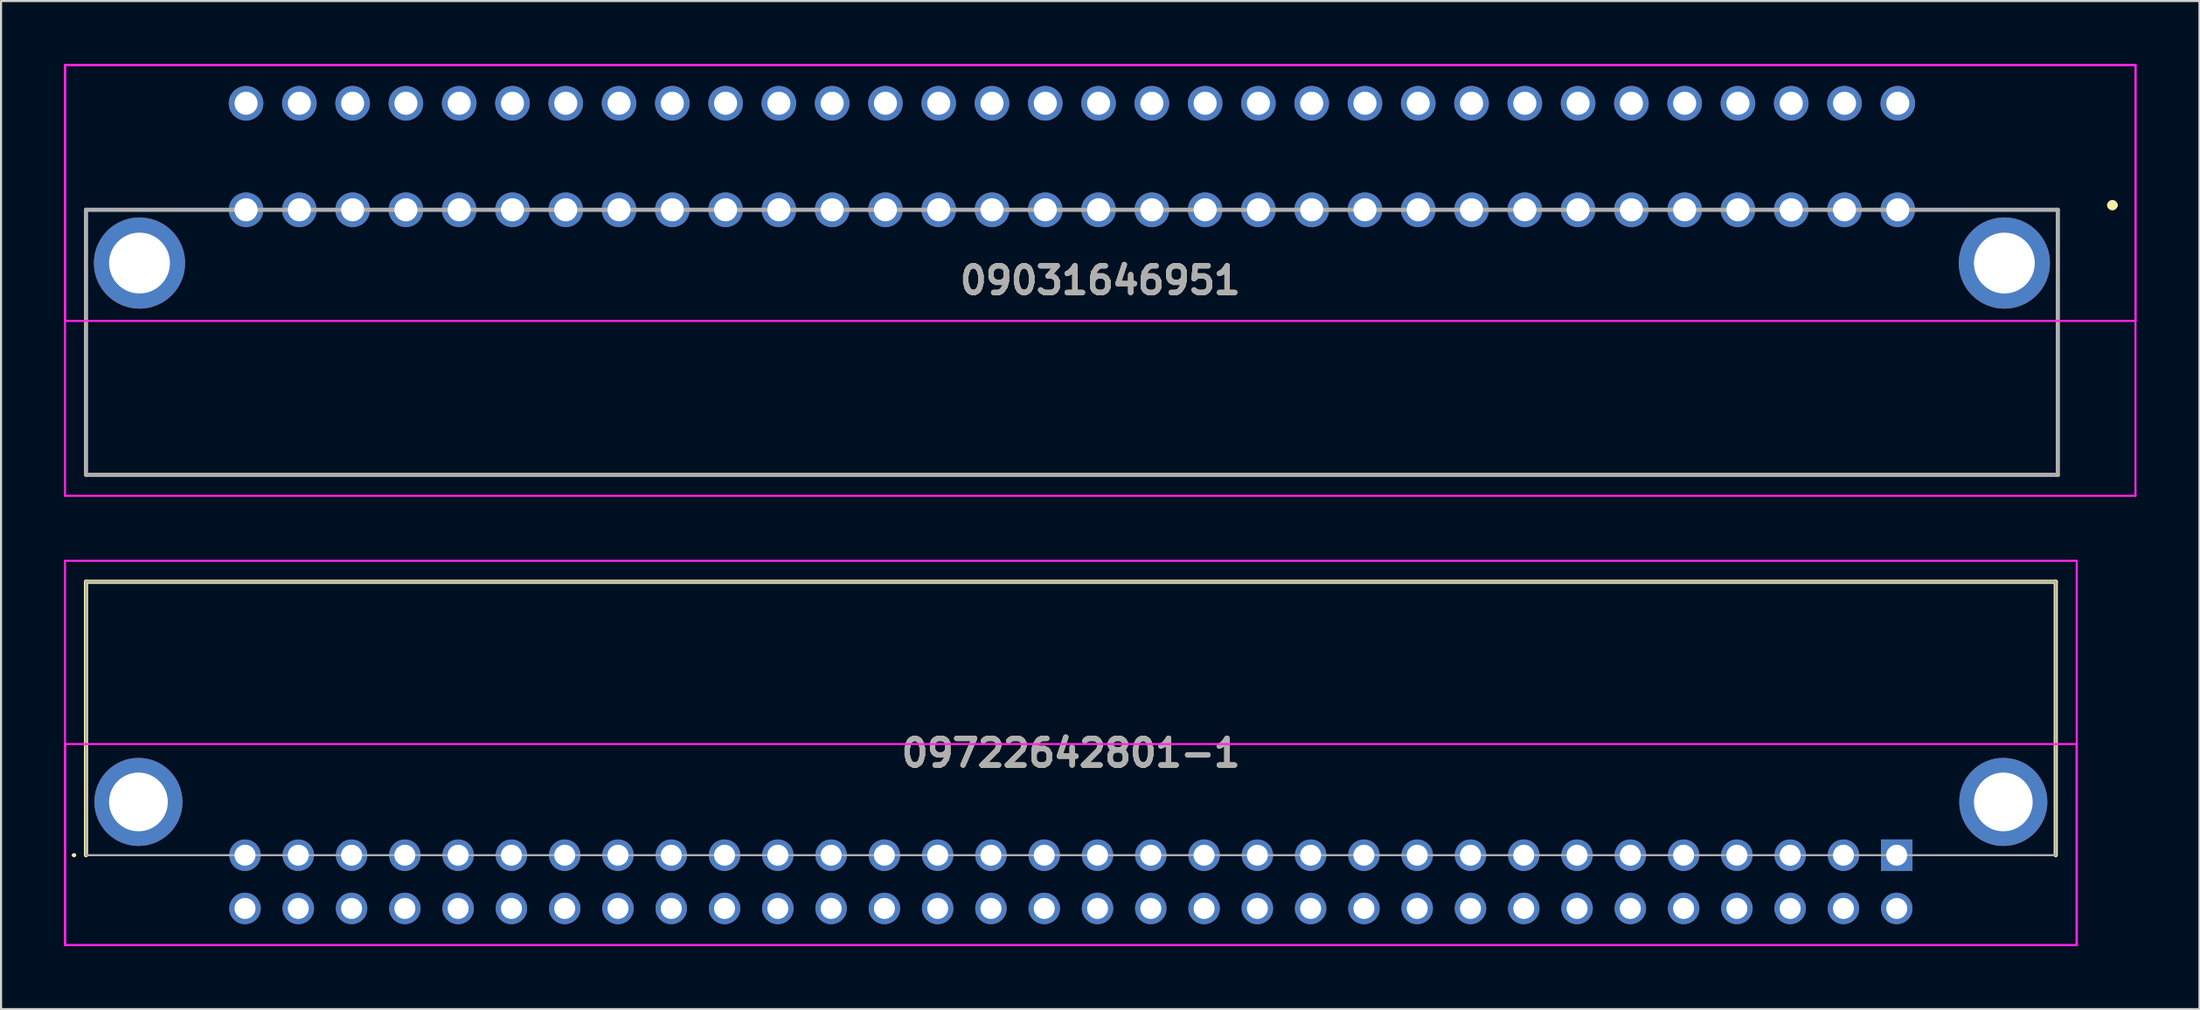
<source format=kicad_pcb>
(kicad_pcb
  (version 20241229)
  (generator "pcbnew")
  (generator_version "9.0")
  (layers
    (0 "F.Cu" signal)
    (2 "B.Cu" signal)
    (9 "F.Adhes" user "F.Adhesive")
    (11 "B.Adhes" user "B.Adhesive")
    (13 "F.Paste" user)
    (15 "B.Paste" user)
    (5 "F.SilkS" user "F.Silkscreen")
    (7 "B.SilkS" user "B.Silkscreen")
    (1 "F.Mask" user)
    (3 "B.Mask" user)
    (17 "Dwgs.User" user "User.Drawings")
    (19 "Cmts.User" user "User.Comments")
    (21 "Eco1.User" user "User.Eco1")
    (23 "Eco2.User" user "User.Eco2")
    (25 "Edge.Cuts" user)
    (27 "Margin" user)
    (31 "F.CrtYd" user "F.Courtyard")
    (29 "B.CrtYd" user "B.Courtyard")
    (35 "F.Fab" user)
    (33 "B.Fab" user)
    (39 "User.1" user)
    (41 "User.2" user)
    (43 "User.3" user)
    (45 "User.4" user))
  (footprint "09722642801-1"
    (layer "F.Cu")
    (at 8.63 37.735)
    (property "Reference" "09722642801-1" (at 39.37 -4.875 0) (layer "F.SilkS") (effects (font (size 1.27 1.27) (thickness 0.254))))
    (attr through_hole)
    (fp_line (start -8.2 0) (end -8.2 0) (stroke (width 0.1) (type solid)) (layer "F.SilkS"))
    (fp_line (start -8.1 0) (end -8.1 0) (stroke (width 0.1) (type solid)) (layer "F.SilkS"))
    (fp_line (start -7.58 -13.04) (end 86.32 -13.04) (stroke (width 0.2) (type solid)) (layer "F.SilkS"))
    (fp_line (start -7.58 0) (end -7.58 -13.04) (stroke (width 0.2) (type solid)) (layer "F.SilkS"))
    (fp_line (start 86.32 -13.04) (end 86.32 0) (stroke (width 0.2) (type solid)) (layer "F.SilkS"))
    (fp_arc (start -8.2 0) (mid -8.15 -0.05) (end -8.1 0) (stroke (width 0.1) (type solid)) (layer "F.SilkS"))
    (fp_arc (start -8.1 0) (mid -8.15 0.05) (end -8.2 0) (stroke (width 0.1) (type solid)) (layer "F.SilkS"))
    (fp_line (start -8.58 -14.04) (end 87.32 -14.04) (stroke (width 0.1) (type solid)) (layer "F.CrtYd"))
    (fp_line (start -8.58 -5.3) (end 87.32 -5.3) (stroke (width 0.1) (type solid)) (layer "F.CrtYd"))
    (fp_line (start -8.58 4.29) (end -8.58 -14.04) (stroke (width 0.1) (type solid)) (layer "F.CrtYd"))
    (fp_line (start -8.58 4.29) (end -8.58 -5.3) (stroke (width 0.1) (type solid)) (layer "F.CrtYd"))
    (fp_line (start 87.32 -14.04) (end 87.32 4.29) (stroke (width 0.1) (type solid)) (layer "F.CrtYd"))
    (fp_line (start 87.32 -5.3) (end 87.32 4.29) (stroke (width 0.1) (type solid)) (layer "F.CrtYd"))
    (fp_line (start 87.32 4.29) (end -8.58 4.29) (stroke (width 0.1) (type solid)) (layer "F.CrtYd"))
    (fp_line (start 87.32 4.29) (end -8.58 4.29) (stroke (width 0.1) (type solid)) (layer "F.CrtYd"))
    (fp_line (start -7.58 -13.04) (end 86.32 -13.04) (stroke (width 0.1) (type solid)) (layer "F.Fab"))
    (fp_line (start -7.58 0) (end -7.58 -13.04) (stroke (width 0.1) (type solid)) (layer "F.Fab"))
    (fp_line (start 86.32 -13.04) (end 86.32 0) (stroke (width 0.1) (type solid)) (layer "F.Fab"))
    (fp_line (start 86.32 0) (end -7.58 0) (stroke (width 0.1) (type solid)) (layer "F.Fab"))
    (fp_text user "${REFERENCE}" (at 39.37 -4.875 0) (layer "F.Fab") (effects (font (size 1.27 1.27) (thickness 0.254))))
    (pad "A1" thru_hole rect (at 78.74 0) (size 1.5 1.5) (drill 1) (layers "*.Cu" "*.Mask"))
    (pad "A2" thru_hole circle (at 76.2 0) (size 1.5 1.5) (drill 1) (layers "*.Cu" "*.Mask"))
    (pad "A3" thru_hole circle (at 73.66 0) (size 1.5 1.5) (drill 1) (layers "*.Cu" "*.Mask"))
    (pad "A4" thru_hole circle (at 71.12 0) (size 1.5 1.5) (drill 1) (layers "*.Cu" "*.Mask"))
    (pad "A5" thru_hole circle (at 68.58 0) (size 1.5 1.5) (drill 1) (layers "*.Cu" "*.Mask"))
    (pad "A6" thru_hole circle (at 66.04 0) (size 1.5 1.5) (drill 1) (layers "*.Cu" "*.Mask"))
    (pad "A7" thru_hole circle (at 63.5 0) (size 1.5 1.5) (drill 1) (layers "*.Cu" "*.Mask"))
    (pad "A8" thru_hole circle (at 60.96 0) (size 1.5 1.5) (drill 1) (layers "*.Cu" "*.Mask"))
    (pad "A9" thru_hole circle (at 58.42 0) (size 1.5 1.5) (drill 1) (layers "*.Cu" "*.Mask"))
    (pad "A10" thru_hole circle (at 55.88 0) (size 1.5 1.5) (drill 1) (layers "*.Cu" "*.Mask"))
    (pad "A11" thru_hole circle (at 53.34 0) (size 1.5 1.5) (drill 1) (layers "*.Cu" "*.Mask"))
    (pad "A12" thru_hole circle (at 50.8 0) (size 1.5 1.5) (drill 1) (layers "*.Cu" "*.Mask"))
    (pad "A13" thru_hole circle (at 48.26 0) (size 1.5 1.5) (drill 1) (layers "*.Cu" "*.Mask"))
    (pad "A14" thru_hole circle (at 45.72 0) (size 1.5 1.5) (drill 1) (layers "*.Cu" "*.Mask"))
    (pad "A15" thru_hole circle (at 43.18 0) (size 1.5 1.5) (drill 1) (layers "*.Cu" "*.Mask"))
    (pad "A16" thru_hole circle (at 40.64 0) (size 1.5 1.5) (drill 1) (layers "*.Cu" "*.Mask"))
    (pad "A17" thru_hole circle (at 38.1 0) (size 1.5 1.5) (drill 1) (layers "*.Cu" "*.Mask"))
    (pad "A18" thru_hole circle (at 35.56 0) (size 1.5 1.5) (drill 1) (layers "*.Cu" "*.Mask"))
    (pad "A19" thru_hole circle (at 33.02 0) (size 1.5 1.5) (drill 1) (layers "*.Cu" "*.Mask"))
    (pad "A20" thru_hole circle (at 30.48 0) (size 1.5 1.5) (drill 1) (layers "*.Cu" "*.Mask"))
    (pad "A21" thru_hole circle (at 27.94 0) (size 1.5 1.5) (drill 1) (layers "*.Cu" "*.Mask"))
    (pad "A22" thru_hole circle (at 25.4 0) (size 1.5 1.5) (drill 1) (layers "*.Cu" "*.Mask"))
    (pad "A23" thru_hole circle (at 22.86 0) (size 1.5 1.5) (drill 1) (layers "*.Cu" "*.Mask"))
    (pad "A24" thru_hole circle (at 20.32 0) (size 1.5 1.5) (drill 1) (layers "*.Cu" "*.Mask"))
    (pad "A25" thru_hole circle (at 17.78 0) (size 1.5 1.5) (drill 1) (layers "*.Cu" "*.Mask"))
    (pad "A26" thru_hole circle (at 15.24 0) (size 1.5 1.5) (drill 1) (layers "*.Cu" "*.Mask"))
    (pad "A27" thru_hole circle (at 12.7 0) (size 1.5 1.5) (drill 1) (layers "*.Cu" "*.Mask"))
    (pad "A28" thru_hole circle (at 10.16 0) (size 1.5 1.5) (drill 1) (layers "*.Cu" "*.Mask"))
    (pad "A29" thru_hole circle (at 7.62 0) (size 1.5 1.5) (drill 1) (layers "*.Cu" "*.Mask"))
    (pad "A30" thru_hole circle (at 5.08 0) (size 1.5 1.5) (drill 1) (layers "*.Cu" "*.Mask"))
    (pad "A31" thru_hole circle (at 2.54 0) (size 1.5 1.5) (drill 1) (layers "*.Cu" "*.Mask"))
    (pad "A32" thru_hole circle (at 0 0) (size 1.5 1.5) (drill 1) (layers "*.Cu" "*.Mask"))
    (pad "B1" thru_hole circle (at 78.74 2.54) (size 1.5 1.5) (drill 1) (layers "*.Cu" "*.Mask"))
    (pad "B2" thru_hole circle (at 76.2 2.54) (size 1.5 1.5) (drill 1) (layers "*.Cu" "*.Mask"))
    (pad "B3" thru_hole circle (at 73.66 2.54) (size 1.5 1.5) (drill 1) (layers "*.Cu" "*.Mask"))
    (pad "B4" thru_hole circle (at 71.12 2.54) (size 1.5 1.5) (drill 1) (layers "*.Cu" "*.Mask"))
    (pad "B5" thru_hole circle (at 68.58 2.54) (size 1.5 1.5) (drill 1) (layers "*.Cu" "*.Mask"))
    (pad "B6" thru_hole circle (at 66.04 2.54) (size 1.5 1.5) (drill 1) (layers "*.Cu" "*.Mask"))
    (pad "B7" thru_hole circle (at 63.5 2.54) (size 1.5 1.5) (drill 1) (layers "*.Cu" "*.Mask"))
    (pad "B8" thru_hole circle (at 60.96 2.54) (size 1.5 1.5) (drill 1) (layers "*.Cu" "*.Mask"))
    (pad "B9" thru_hole circle (at 58.42 2.54) (size 1.5 1.5) (drill 1) (layers "*.Cu" "*.Mask"))
    (pad "B10" thru_hole circle (at 55.88 2.54) (size 1.5 1.5) (drill 1) (layers "*.Cu" "*.Mask"))
    (pad "B11" thru_hole circle (at 53.34 2.54) (size 1.5 1.5) (drill 1) (layers "*.Cu" "*.Mask"))
    (pad "B12" thru_hole circle (at 50.8 2.54) (size 1.5 1.5) (drill 1) (layers "*.Cu" "*.Mask"))
    (pad "B13" thru_hole circle (at 48.26 2.54) (size 1.5 1.5) (drill 1) (layers "*.Cu" "*.Mask"))
    (pad "B14" thru_hole circle (at 45.72 2.54) (size 1.5 1.5) (drill 1) (layers "*.Cu" "*.Mask"))
    (pad "B15" thru_hole circle (at 43.18 2.54) (size 1.5 1.5) (drill 1) (layers "*.Cu" "*.Mask"))
    (pad "B16" thru_hole circle (at 40.64 2.54) (size 1.5 1.5) (drill 1) (layers "*.Cu" "*.Mask"))
    (pad "B17" thru_hole circle (at 38.1 2.54) (size 1.5 1.5) (drill 1) (layers "*.Cu" "*.Mask"))
    (pad "B18" thru_hole circle (at 35.56 2.54) (size 1.5 1.5) (drill 1) (layers "*.Cu" "*.Mask"))
    (pad "B19" thru_hole circle (at 33.02 2.54) (size 1.5 1.5) (drill 1) (layers "*.Cu" "*.Mask"))
    (pad "B20" thru_hole circle (at 30.48 2.54) (size 1.5 1.5) (drill 1) (layers "*.Cu" "*.Mask"))
    (pad "B21" thru_hole circle (at 27.94 2.54) (size 1.5 1.5) (drill 1) (layers "*.Cu" "*.Mask"))
    (pad "B22" thru_hole circle (at 25.4 2.54) (size 1.5 1.5) (drill 1) (layers "*.Cu" "*.Mask"))
    (pad "B23" thru_hole circle (at 22.86 2.54) (size 1.5 1.5) (drill 1) (layers "*.Cu" "*.Mask"))
    (pad "B24" thru_hole circle (at 20.32 2.54) (size 1.5 1.5) (drill 1) (layers "*.Cu" "*.Mask"))
    (pad "B25" thru_hole circle (at 17.78 2.54) (size 1.5 1.5) (drill 1) (layers "*.Cu" "*.Mask"))
    (pad "B26" thru_hole circle (at 15.24 2.54) (size 1.5 1.5) (drill 1) (layers "*.Cu" "*.Mask"))
    (pad "B27" thru_hole circle (at 12.7 2.54) (size 1.5 1.5) (drill 1) (layers "*.Cu" "*.Mask"))
    (pad "B28" thru_hole circle (at 10.16 2.54) (size 1.5 1.5) (drill 1) (layers "*.Cu" "*.Mask"))
    (pad "B29" thru_hole circle (at 7.62 2.54) (size 1.5 1.5) (drill 1) (layers "*.Cu" "*.Mask"))
    (pad "B30" thru_hole circle (at 5.08 2.54) (size 1.5 1.5) (drill 1) (layers "*.Cu" "*.Mask"))
    (pad "B31" thru_hole circle (at 2.54 2.54) (size 1.5 1.5) (drill 1) (layers "*.Cu" "*.Mask"))
    (pad "B32" thru_hole circle (at 0 2.54) (size 1.5 1.5) (drill 1) (layers "*.Cu" "*.Mask"))
    (pad "MH1" thru_hole circle (at -5.08 -2.54) (size 4.2 4.2) (drill 2.8) (layers "*.Cu" "*.Mask"))
    (pad "MH2" thru_hole circle (at 83.82 -2.54) (size 4.2 4.2) (drill 2.8) (layers "*.Cu" "*.Mask")))
  (footprint "09031646951"
    (layer "F.Cu")
    (at 87.42 6.955)
    (property "Reference" "09031646951" (at -38.02 3.368 0) (layer "F.SilkS") (effects (font (size 1.27 1.27) (thickness 0.254))))
    (attr through_hole)
    (fp_line (start -86.37 12.64) (end 7.63 12.64) (stroke (width 0.1) (type solid)) (layer "F.SilkS"))
    (fp_line (start 10.13 -0.22) (end 10.13 -0.22) (stroke (width 0.3) (type solid)) (layer "F.SilkS"))
    (fp_line (start 10.33 -0.22) (end 10.33 -0.22) (stroke (width 0.3) (type solid)) (layer "F.SilkS"))
    (fp_arc (start 10.13 -0.22) (mid 10.23 -0.32) (end 10.33 -0.22) (stroke (width 0.3) (type solid)) (layer "F.SilkS"))
    (fp_arc (start 10.33 -0.22) (mid 10.23 -0.12) (end 10.13 -0.22) (stroke (width 0.3) (type solid)) (layer "F.SilkS"))
    (fp_line (start -87.37 -6.905) (end 11.33 -6.905) (stroke (width 0.1) (type solid)) (layer "F.CrtYd"))
    (fp_line (start -87.37 -6.905) (end 11.33 -6.905) (stroke (width 0.1) (type solid)) (layer "F.CrtYd"))
    (fp_line (start -87.37 5.3) (end -87.37 -6.905) (stroke (width 0.1) (type solid)) (layer "F.CrtYd"))
    (fp_line (start -87.37 13.64) (end -87.37 -6.905) (stroke (width 0.1) (type solid)) (layer "F.CrtYd"))
    (fp_line (start 11.33 -6.905) (end 11.33 5.3) (stroke (width 0.1) (type solid)) (layer "F.CrtYd"))
    (fp_line (start 11.33 -6.905) (end 11.33 13.64) (stroke (width 0.1) (type solid)) (layer "F.CrtYd"))
    (fp_line (start 11.33 5.3) (end -87.37 5.3) (stroke (width 0.1) (type solid)) (layer "F.CrtYd"))
    (fp_line (start 11.33 13.64) (end -87.37 13.64) (stroke (width 0.1) (type solid)) (layer "F.CrtYd"))
    (fp_line (start -86.37 0) (end 7.63 0) (stroke (width 0.2) (type solid)) (layer "F.Fab"))
    (fp_line (start -86.37 12.64) (end -86.37 0) (stroke (width 0.2) (type solid)) (layer "F.Fab"))
    (fp_line (start 7.63 0) (end 7.63 12.64) (stroke (width 0.2) (type solid)) (layer "F.Fab"))
    (fp_line (start 7.63 12.64) (end -86.37 12.64) (stroke (width 0.2) (type solid)) (layer "F.Fab"))
    (fp_text user "${REFERENCE}" (at -38.02 3.368 0) (layer "F.Fab") (effects (font (size 1.27 1.27) (thickness 0.254))))
    (pad "A1" thru_hole circle (at 0 0) (size 1.65 1.65) (drill 1.1) (layers "*.Cu" "*.Mask"))
    (pad "A2" thru_hole circle (at -2.54 0) (size 1.65 1.65) (drill 1.1) (layers "*.Cu" "*.Mask"))
    (pad "A3" thru_hole circle (at -5.08 0) (size 1.65 1.65) (drill 1.1) (layers "*.Cu" "*.Mask"))
    (pad "A4" thru_hole circle (at -7.62 0) (size 1.65 1.65) (drill 1.1) (layers "*.Cu" "*.Mask"))
    (pad "A5" thru_hole circle (at -10.16 0) (size 1.65 1.65) (drill 1.1) (layers "*.Cu" "*.Mask"))
    (pad "A6" thru_hole circle (at -12.7 0) (size 1.65 1.65) (drill 1.1) (layers "*.Cu" "*.Mask"))
    (pad "A7" thru_hole circle (at -15.24 0) (size 1.65 1.65) (drill 1.1) (layers "*.Cu" "*.Mask"))
    (pad "A8" thru_hole circle (at -17.78 0) (size 1.65 1.65) (drill 1.1) (layers "*.Cu" "*.Mask"))
    (pad "A9" thru_hole circle (at -20.32 0) (size 1.65 1.65) (drill 1.1) (layers "*.Cu" "*.Mask"))
    (pad "A10" thru_hole circle (at -22.86 0) (size 1.65 1.65) (drill 1.1) (layers "*.Cu" "*.Mask"))
    (pad "A11" thru_hole circle (at -25.4 0) (size 1.65 1.65) (drill 1.1) (layers "*.Cu" "*.Mask"))
    (pad "A12" thru_hole circle (at -27.94 0) (size 1.65 1.65) (drill 1.1) (layers "*.Cu" "*.Mask"))
    (pad "A13" thru_hole circle (at -30.48 0) (size 1.65 1.65) (drill 1.1) (layers "*.Cu" "*.Mask"))
    (pad "A14" thru_hole circle (at -33.02 0) (size 1.65 1.65) (drill 1.1) (layers "*.Cu" "*.Mask"))
    (pad "A15" thru_hole circle (at -35.56 0) (size 1.65 1.65) (drill 1.1) (layers "*.Cu" "*.Mask"))
    (pad "A16" thru_hole circle (at -38.1 0) (size 1.65 1.65) (drill 1.1) (layers "*.Cu" "*.Mask"))
    (pad "A17" thru_hole circle (at -40.64 0) (size 1.65 1.65) (drill 1.1) (layers "*.Cu" "*.Mask"))
    (pad "A18" thru_hole circle (at -43.18 0) (size 1.65 1.65) (drill 1.1) (layers "*.Cu" "*.Mask"))
    (pad "A19" thru_hole circle (at -45.72 0) (size 1.65 1.65) (drill 1.1) (layers "*.Cu" "*.Mask"))
    (pad "A20" thru_hole circle (at -48.26 0) (size 1.65 1.65) (drill 1.1) (layers "*.Cu" "*.Mask"))
    (pad "A21" thru_hole circle (at -50.8 0) (size 1.65 1.65) (drill 1.1) (layers "*.Cu" "*.Mask"))
    (pad "A22" thru_hole circle (at -53.34 0) (size 1.65 1.65) (drill 1.1) (layers "*.Cu" "*.Mask"))
    (pad "A23" thru_hole circle (at -55.88 0) (size 1.65 1.65) (drill 1.1) (layers "*.Cu" "*.Mask"))
    (pad "A24" thru_hole circle (at -58.42 0) (size 1.65 1.65) (drill 1.1) (layers "*.Cu" "*.Mask"))
    (pad "A25" thru_hole circle (at -60.96 0) (size 1.65 1.65) (drill 1.1) (layers "*.Cu" "*.Mask"))
    (pad "A26" thru_hole circle (at -63.5 0) (size 1.65 1.65) (drill 1.1) (layers "*.Cu" "*.Mask"))
    (pad "A27" thru_hole circle (at -66.04 0) (size 1.65 1.65) (drill 1.1) (layers "*.Cu" "*.Mask"))
    (pad "A28" thru_hole circle (at -68.58 0) (size 1.65 1.65) (drill 1.1) (layers "*.Cu" "*.Mask"))
    (pad "A29" thru_hole circle (at -71.12 0) (size 1.65 1.65) (drill 1.1) (layers "*.Cu" "*.Mask"))
    (pad "A30" thru_hole circle (at -73.66 0) (size 1.65 1.65) (drill 1.1) (layers "*.Cu" "*.Mask"))
    (pad "A31" thru_hole circle (at -76.2 0) (size 1.65 1.65) (drill 1.1) (layers "*.Cu" "*.Mask"))
    (pad "A32" thru_hole circle (at -78.74 0) (size 1.65 1.65) (drill 1.1) (layers "*.Cu" "*.Mask"))
    (pad "B1" thru_hole circle (at 0 -5.08) (size 1.65 1.65) (drill 1.1) (layers "*.Cu" "*.Mask"))
    (pad "B2" thru_hole circle (at -2.54 -5.08) (size 1.65 1.65) (drill 1.1) (layers "*.Cu" "*.Mask"))
    (pad "B3" thru_hole circle (at -5.08 -5.08) (size 1.65 1.65) (drill 1.1) (layers "*.Cu" "*.Mask"))
    (pad "B4" thru_hole circle (at -7.62 -5.08) (size 1.65 1.65) (drill 1.1) (layers "*.Cu" "*.Mask"))
    (pad "B5" thru_hole circle (at -10.16 -5.08) (size 1.65 1.65) (drill 1.1) (layers "*.Cu" "*.Mask"))
    (pad "B6" thru_hole circle (at -12.7 -5.08) (size 1.65 1.65) (drill 1.1) (layers "*.Cu" "*.Mask"))
    (pad "B7" thru_hole circle (at -15.24 -5.08) (size 1.65 1.65) (drill 1.1) (layers "*.Cu" "*.Mask"))
    (pad "B8" thru_hole circle (at -17.78 -5.08) (size 1.65 1.65) (drill 1.1) (layers "*.Cu" "*.Mask"))
    (pad "B9" thru_hole circle (at -20.32 -5.08) (size 1.65 1.65) (drill 1.1) (layers "*.Cu" "*.Mask"))
    (pad "B10" thru_hole circle (at -22.86 -5.08) (size 1.65 1.65) (drill 1.1) (layers "*.Cu" "*.Mask"))
    (pad "B11" thru_hole circle (at -25.4 -5.08) (size 1.65 1.65) (drill 1.1) (layers "*.Cu" "*.Mask"))
    (pad "B12" thru_hole circle (at -27.94 -5.08) (size 1.65 1.65) (drill 1.1) (layers "*.Cu" "*.Mask"))
    (pad "B13" thru_hole circle (at -30.48 -5.08) (size 1.65 1.65) (drill 1.1) (layers "*.Cu" "*.Mask"))
    (pad "B14" thru_hole circle (at -33.02 -5.08) (size 1.65 1.65) (drill 1.1) (layers "*.Cu" "*.Mask"))
    (pad "B15" thru_hole circle (at -35.56 -5.08) (size 1.65 1.65) (drill 1.1) (layers "*.Cu" "*.Mask"))
    (pad "B16" thru_hole circle (at -38.1 -5.08) (size 1.65 1.65) (drill 1.1) (layers "*.Cu" "*.Mask"))
    (pad "B17" thru_hole circle (at -40.64 -5.08) (size 1.65 1.65) (drill 1.1) (layers "*.Cu" "*.Mask"))
    (pad "B18" thru_hole circle (at -43.18 -5.08) (size 1.65 1.65) (drill 1.1) (layers "*.Cu" "*.Mask"))
    (pad "B19" thru_hole circle (at -45.72 -5.08) (size 1.65 1.65) (drill 1.1) (layers "*.Cu" "*.Mask"))
    (pad "B20" thru_hole circle (at -48.26 -5.08) (size 1.65 1.65) (drill 1.1) (layers "*.Cu" "*.Mask"))
    (pad "B21" thru_hole circle (at -50.8 -5.08) (size 1.65 1.65) (drill 1.1) (layers "*.Cu" "*.Mask"))
    (pad "B22" thru_hole circle (at -53.34 -5.08) (size 1.65 1.65) (drill 1.1) (layers "*.Cu" "*.Mask"))
    (pad "B23" thru_hole circle (at -55.88 -5.08) (size 1.65 1.65) (drill 1.1) (layers "*.Cu" "*.Mask"))
    (pad "B24" thru_hole circle (at -58.42 -5.08) (size 1.65 1.65) (drill 1.1) (layers "*.Cu" "*.Mask"))
    (pad "B25" thru_hole circle (at -60.96 -5.08) (size 1.65 1.65) (drill 1.1) (layers "*.Cu" "*.Mask"))
    (pad "B26" thru_hole circle (at -63.5 -5.08) (size 1.65 1.65) (drill 1.1) (layers "*.Cu" "*.Mask"))
    (pad "B27" thru_hole circle (at -66.04 -5.08) (size 1.65 1.65) (drill 1.1) (layers "*.Cu" "*.Mask"))
    (pad "B28" thru_hole circle (at -68.58 -5.08) (size 1.65 1.65) (drill 1.1) (layers "*.Cu" "*.Mask"))
    (pad "B29" thru_hole circle (at -71.12 -5.08) (size 1.65 1.65) (drill 1.1) (layers "*.Cu" "*.Mask"))
    (pad "B30" thru_hole circle (at -73.66 -5.08) (size 1.65 1.65) (drill 1.1) (layers "*.Cu" "*.Mask"))
    (pad "B31" thru_hole circle (at -76.2 -5.08) (size 1.65 1.65) (drill 1.1) (layers "*.Cu" "*.Mask"))
    (pad "B32" thru_hole circle (at -78.74 -5.08) (size 1.65 1.65) (drill 1.1) (layers "*.Cu" "*.Mask"))
    (pad "MH1" thru_hole circle (at -83.82 2.54) (size 4.35 4.35) (drill 2.9) (layers "*.Cu" "*.Mask"))
    (pad "MH2" thru_hole circle (at 5.08 2.54) (size 4.35 4.35) (drill 2.9) (layers "*.Cu" "*.Mask")))
  (gr_rect
    (start -3 -3)
    (end 101.8 45.075)
    (stroke (width 0.1) (type default))
    (fill no)
    (layer "Edge.Cuts")))
</source>
